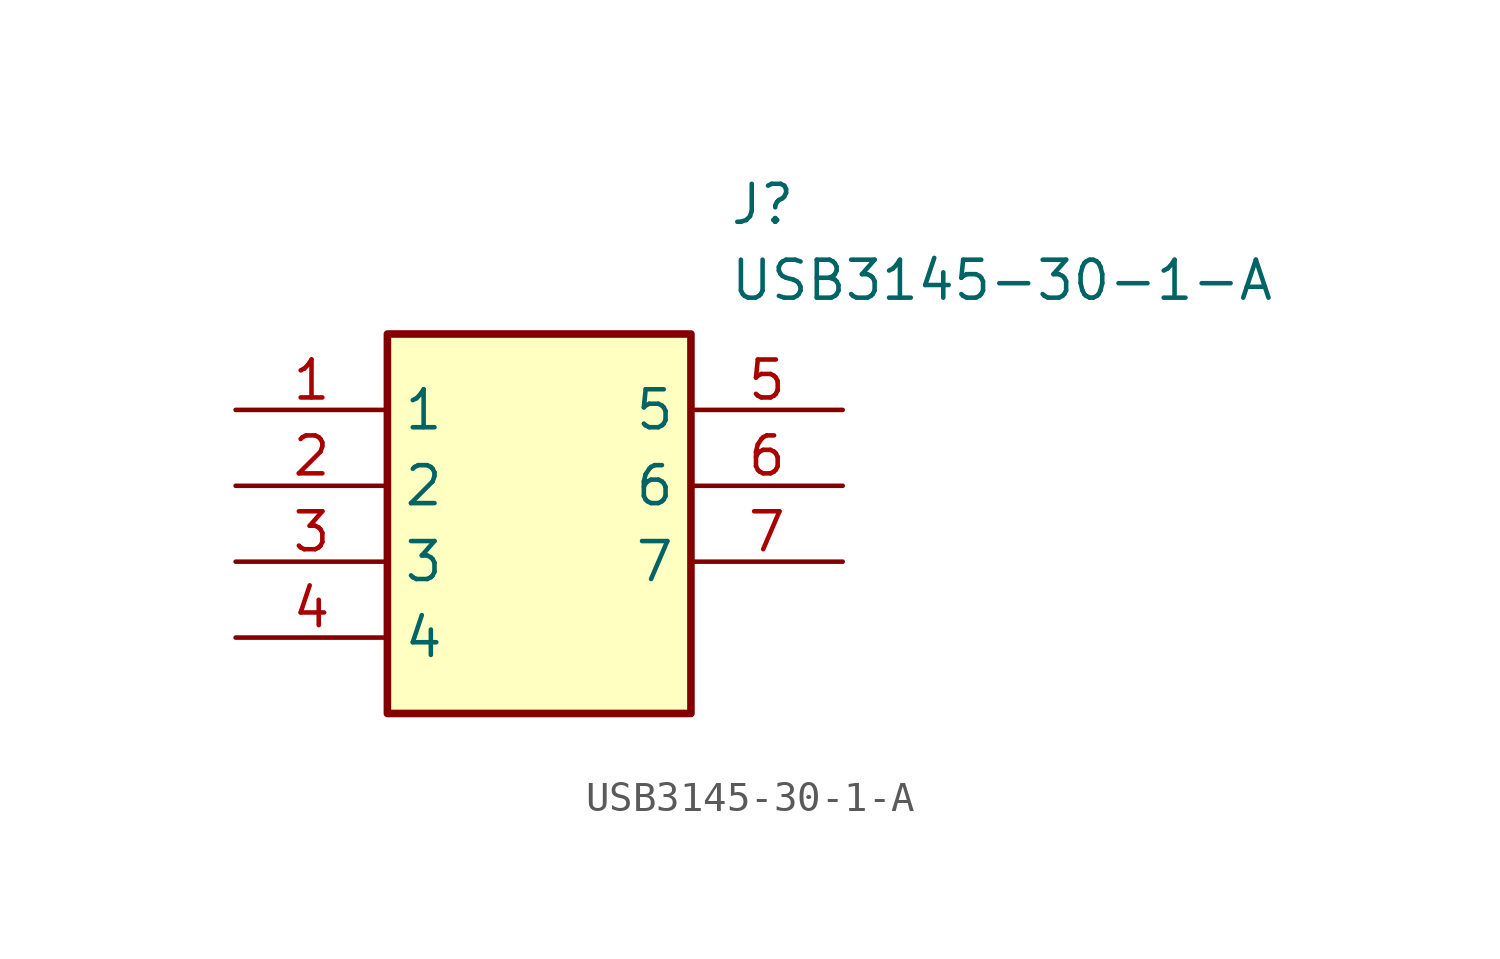
<source format=kicad_sym>
(kicad_symbol_lib
  (version 20211014)
  (generator SamacSys_ECAD_Model)
  (symbol "USB3145-30-1-A"
    (property "Reference" "J"
      (at 16.51 7.62 0)
      (effects (font (size 1.27 1.27)) (justify left top)))
    (property "Value" "USB3145-30-1-A"
      (at 16.51 5.08 0)
      (effects (font (size 1.27 1.27)) (justify left top)))
    (rectangle
      (start 5.08 2.54)
      (end 15.24 -10.16)
      (stroke (width 0.254) (type default))
      (fill (type background)))
    (pin passive line
      (at 0 0 0)
      (length 5.08)
      (name "1" (effects (font (size 1.27 1.27))))
      (number "1" (effects (font (size 1.27 1.27)))))
    (pin passive line
      (at 0 -2.54 0)
      (length 5.08)
      (name "2" (effects (font (size 1.27 1.27))))
      (number "2" (effects (font (size 1.27 1.27)))))
    (pin passive line
      (at 0 -5.08 0)
      (length 5.08)
      (name "3" (effects (font (size 1.27 1.27))))
      (number "3" (effects (font (size 1.27 1.27)))))
    (pin passive line
      (at 0 -7.62 0)
      (length 5.08)
      (name "4" (effects (font (size 1.27 1.27))))
      (number "4" (effects (font (size 1.27 1.27)))))
    (pin passive line
      (at 20.32 0 180)
      (length 5.08)
      (name "5" (effects (font (size 1.27 1.27))))
      (number "5" (effects (font (size 1.27 1.27)))))
    (pin passive line
      (at 20.32 -2.54 180)
      (length 5.08)
      (name "6" (effects (font (size 1.27 1.27))))
      (number "6" (effects (font (size 1.27 1.27)))))
    (pin passive line
      (at 20.32 -5.08 180)
      (length 5.08)
      (name "7" (effects (font (size 1.27 1.27))))
      (number "7" (effects (font (size 1.27 1.27)))))))
</source>
